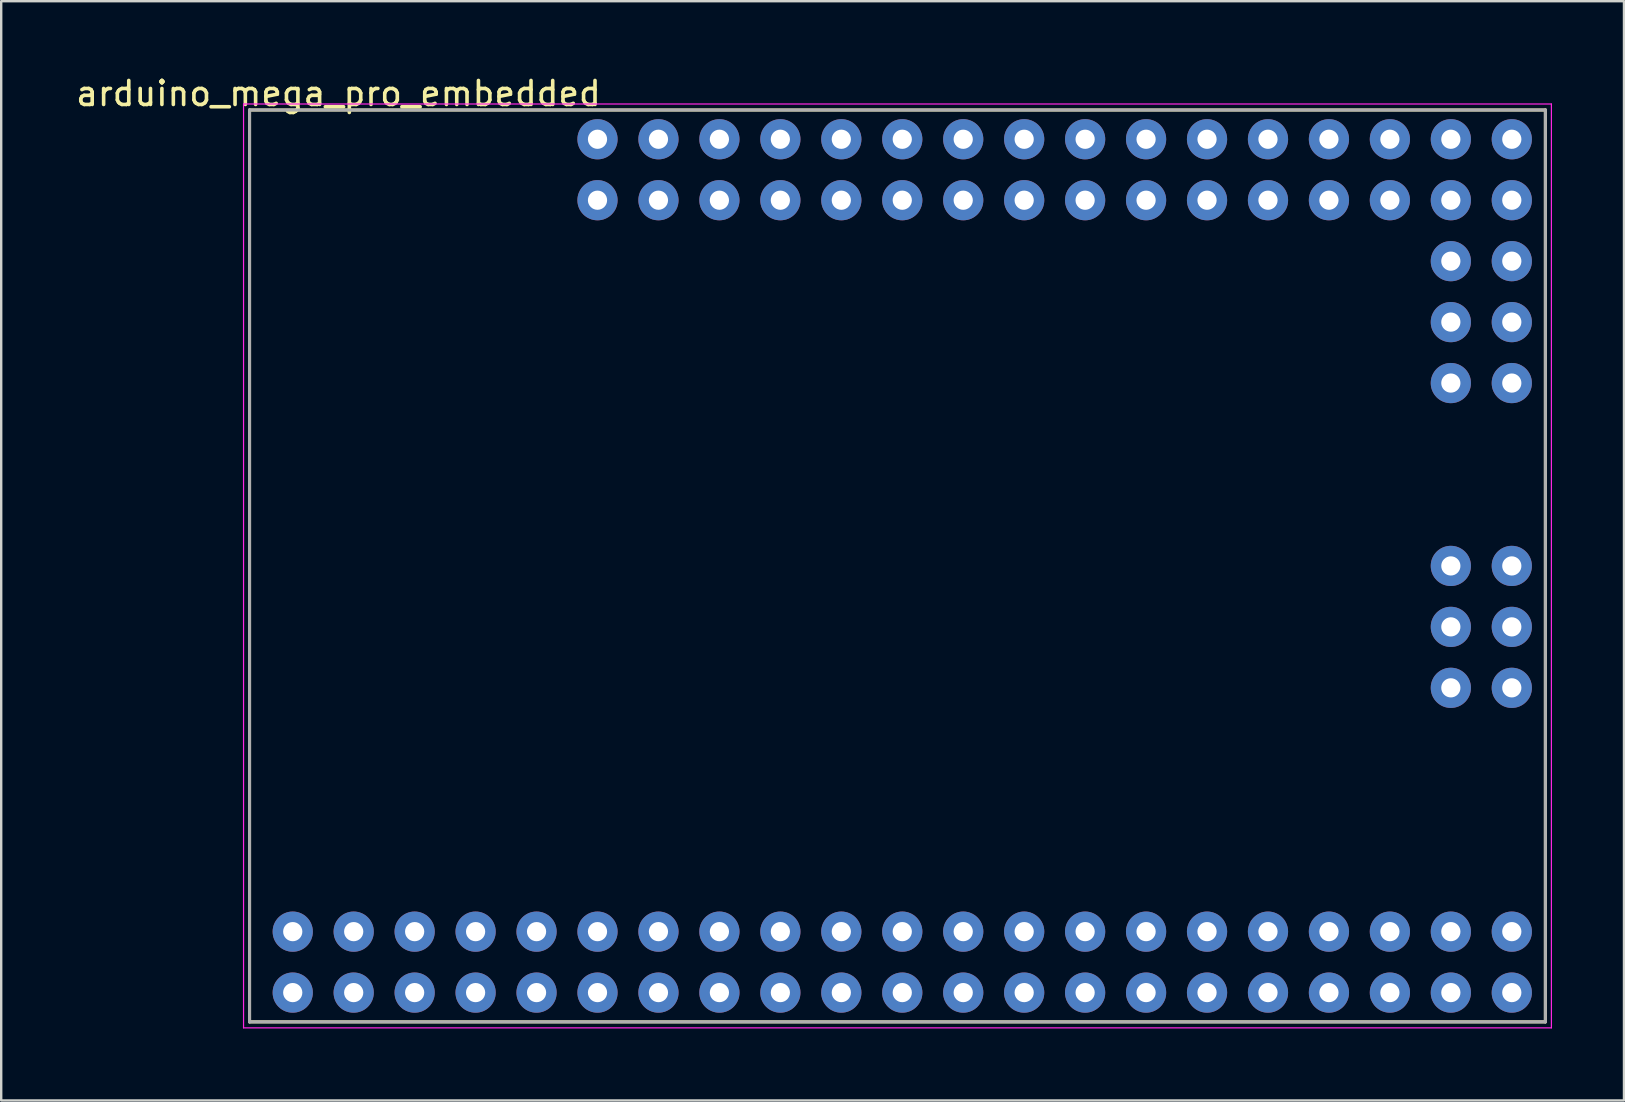
<source format=kicad_pcb>
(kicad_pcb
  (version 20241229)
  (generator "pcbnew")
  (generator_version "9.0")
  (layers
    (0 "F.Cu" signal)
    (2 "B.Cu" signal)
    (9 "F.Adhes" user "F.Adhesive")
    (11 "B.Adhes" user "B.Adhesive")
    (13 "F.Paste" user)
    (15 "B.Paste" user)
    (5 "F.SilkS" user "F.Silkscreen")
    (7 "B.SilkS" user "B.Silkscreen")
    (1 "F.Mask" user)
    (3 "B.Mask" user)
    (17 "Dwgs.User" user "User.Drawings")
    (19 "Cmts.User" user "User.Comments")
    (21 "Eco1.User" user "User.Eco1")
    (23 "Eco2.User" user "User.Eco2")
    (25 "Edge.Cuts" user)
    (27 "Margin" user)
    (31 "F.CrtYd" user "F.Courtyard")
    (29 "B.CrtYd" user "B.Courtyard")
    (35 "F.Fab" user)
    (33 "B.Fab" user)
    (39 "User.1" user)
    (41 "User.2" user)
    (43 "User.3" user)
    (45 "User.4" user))
  (footprint "arduino_mega_pro_embedded"
    (layer "F.Cu")
    (at 34.349 20.533)
    (property "Reference" "arduino_mega_pro_embedded" (at -23.295 -19.685 0) (layer "F.SilkS") (effects (font (size 1 1) (thickness 0.15))))
    (attr through_hole)
    (fp_line (start -27 -19) (end 27 -19) (stroke (width 0.127) (type solid)) (layer "F.SilkS"))
    (fp_line (start -27 19) (end -27 -19) (stroke (width 0.127) (type solid)) (layer "F.SilkS"))
    (fp_line (start -27 19) (end 27 19) (stroke (width 0.127) (type solid)) (layer "F.SilkS"))
    (fp_line (start 27 19) (end 27 -19) (stroke (width 0.127) (type solid)) (layer "F.SilkS"))
    (fp_line (start -27.25 -19.25) (end 27.25 -19.25) (stroke (width 0.05) (type solid)) (layer "F.CrtYd"))
    (fp_line (start -27.25 19.25) (end -27.25 -19.25) (stroke (width 0.05) (type solid)) (layer "F.CrtYd"))
    (fp_line (start 27.25 -19.25) (end 27.25 19.25) (stroke (width 0.05) (type solid)) (layer "F.CrtYd"))
    (fp_line (start 27.25 19.25) (end -27.25 19.25) (stroke (width 0.05) (type solid)) (layer "F.CrtYd"))
    (fp_line (start -27 -19) (end 27 -19) (stroke (width 0.127) (type solid)) (layer "F.Fab"))
    (fp_line (start -27 19) (end -27 -19) (stroke (width 0.127) (type solid)) (layer "F.Fab"))
    (fp_line (start -27 19) (end 27 19) (stroke (width 0.127) (type solid)) (layer "F.Fab"))
    (fp_line (start 27 19) (end 27 -19) (stroke (width 0.127) (type solid)) (layer "F.Fab"))
    (pad "3V3_1" thru_hole circle (at -17.58 17.78) (size 1.676 1.676) (drill 0.8) (layers "*.Cu" "*.Mask"))
    (pad "3V3_2" thru_hole circle (at -17.58 15.24) (size 1.676 1.676) (drill 0.8) (layers "*.Cu" "*.Mask"))
    (pad "5V_1" thru_hole circle (at -20.12 17.78) (size 1.676 1.676) (drill 0.8) (layers "*.Cu" "*.Mask"))
    (pad "5V_2" thru_hole circle (at -20.12 15.24) (size 1.676 1.676) (drill 0.8) (layers "*.Cu" "*.Mask"))
    (pad "5V_3" thru_hole circle (at 25.6 0) (size 1.676 1.676) (drill 0.8) (layers "*.Cu" "*.Mask"))
    (pad "A0" thru_hole circle (at -12.5 -17.78) (size 1.676 1.676) (drill 0.8) (layers "*.Cu" "*.Mask"))
    (pad "A1" thru_hole circle (at -12.5 -15.24) (size 1.676 1.676) (drill 0.8) (layers "*.Cu" "*.Mask"))
    (pad "A2" thru_hole circle (at -9.96 -17.78) (size 1.676 1.676) (drill 0.8) (layers "*.Cu" "*.Mask"))
    (pad "A3" thru_hole circle (at -9.96 -15.24) (size 1.676 1.676) (drill 0.8) (layers "*.Cu" "*.Mask"))
    (pad "A4" thru_hole circle (at -7.42 -17.78) (size 1.676 1.676) (drill 0.8) (layers "*.Cu" "*.Mask"))
    (pad "A5" thru_hole circle (at -7.42 -15.24) (size 1.676 1.676) (drill 0.8) (layers "*.Cu" "*.Mask"))
    (pad "A6" thru_hole circle (at -4.88 -17.78) (size 1.676 1.676) (drill 0.8) (layers "*.Cu" "*.Mask"))
    (pad "A7" thru_hole circle (at -4.88 -15.24) (size 1.676 1.676) (drill 0.8) (layers "*.Cu" "*.Mask"))
    (pad "A8" thru_hole circle (at -2.34 -17.78) (size 1.676 1.676) (drill 0.8) (layers "*.Cu" "*.Mask"))
    (pad "A9" thru_hole circle (at -2.34 -15.24) (size 1.676 1.676) (drill 0.8) (layers "*.Cu" "*.Mask"))
    (pad "A10" thru_hole circle (at 0.2 -17.78) (size 1.676 1.676) (drill 0.8) (layers "*.Cu" "*.Mask"))
    (pad "A11" thru_hole circle (at 0.2 -15.24) (size 1.676 1.676) (drill 0.8) (layers "*.Cu" "*.Mask"))
    (pad "A12" thru_hole circle (at 2.74 -17.78) (size 1.676 1.676) (drill 0.8) (layers "*.Cu" "*.Mask"))
    (pad "A13" thru_hole circle (at 2.74 -15.24) (size 1.676 1.676) (drill 0.8) (layers "*.Cu" "*.Mask"))
    (pad "A14" thru_hole circle (at 5.28 -17.78) (size 1.676 1.676) (drill 0.8) (layers "*.Cu" "*.Mask"))
    (pad "A15" thru_hole circle (at 5.28 -15.24) (size 1.676 1.676) (drill 0.8) (layers "*.Cu" "*.Mask"))
    (pad "AREF" thru_hole circle (at -15.04 15.24) (size 1.676 1.676) (drill 0.8) (layers "*.Cu" "*.Mask"))
    (pad "D2" thru_hole circle (at -9.96 15.24) (size 1.676 1.676) (drill 0.8) (layers "*.Cu" "*.Mask"))
    (pad "D3" thru_hole circle (at -9.96 17.78) (size 1.676 1.676) (drill 0.8) (layers "*.Cu" "*.Mask"))
    (pad "D4" thru_hole circle (at -7.42 15.24) (size 1.676 1.676) (drill 0.8) (layers "*.Cu" "*.Mask"))
    (pad "D5" thru_hole circle (at -7.42 17.78) (size 1.676 1.676) (drill 0.8) (layers "*.Cu" "*.Mask"))
    (pad "D6" thru_hole circle (at -4.88 15.24) (size 1.676 1.676) (drill 0.8) (layers "*.Cu" "*.Mask"))
    (pad "D7" thru_hole circle (at -4.88 17.78) (size 1.676 1.676) (drill 0.8) (layers "*.Cu" "*.Mask"))
    (pad "D8" thru_hole circle (at -2.34 15.24) (size 1.676 1.676) (drill 0.8) (layers "*.Cu" "*.Mask"))
    (pad "D9" thru_hole circle (at -2.34 17.78) (size 1.676 1.676) (drill 0.8) (layers "*.Cu" "*.Mask"))
    (pad "D10" thru_hole circle (at 0.2 15.24) (size 1.676 1.676) (drill 0.8) (layers "*.Cu" "*.Mask"))
    (pad "D11" thru_hole circle (at 0.2 17.78) (size 1.676 1.676) (drill 0.8) (layers "*.Cu" "*.Mask"))
    (pad "D12" thru_hole circle (at 2.74 15.24) (size 1.676 1.676) (drill 0.8) (layers "*.Cu" "*.Mask"))
    (pad "D13" thru_hole circle (at 2.74 17.78) (size 1.676 1.676) (drill 0.8) (layers "*.Cu" "*.Mask"))
    (pad "D14" thru_hole circle (at 5.28 15.24) (size 1.676 1.676) (drill 0.8) (layers "*.Cu" "*.Mask"))
    (pad "D15" thru_hole circle (at 5.28 17.78) (size 1.676 1.676) (drill 0.8) (layers "*.Cu" "*.Mask"))
    (pad "D16" thru_hole circle (at 7.82 15.24) (size 1.676 1.676) (drill 0.8) (layers "*.Cu" "*.Mask"))
    (pad "D17" thru_hole circle (at 7.82 17.78) (size 1.676 1.676) (drill 0.8) (layers "*.Cu" "*.Mask"))
    (pad "D18" thru_hole circle (at 10.36 15.24) (size 1.676 1.676) (drill 0.8) (layers "*.Cu" "*.Mask"))
    (pad "D19" thru_hole circle (at 10.36 17.78) (size 1.676 1.676) (drill 0.8) (layers "*.Cu" "*.Mask"))
    (pad "D20" thru_hole circle (at 12.9 15.24) (size 1.676 1.676) (drill 0.8) (layers "*.Cu" "*.Mask"))
    (pad "D21" thru_hole circle (at 12.9 17.78) (size 1.676 1.676) (drill 0.8) (layers "*.Cu" "*.Mask"))
    (pad "D22" thru_hole circle (at 15.44 15.24) (size 1.676 1.676) (drill 0.8) (layers "*.Cu" "*.Mask"))
    (pad "D23" thru_hole circle (at 15.44 17.78) (size 1.676 1.676) (drill 0.8) (layers "*.Cu" "*.Mask"))
    (pad "D24" thru_hole circle (at 17.98 15.24) (size 1.676 1.676) (drill 0.8) (layers "*.Cu" "*.Mask"))
    (pad "D25" thru_hole circle (at 17.98 17.78) (size 1.676 1.676) (drill 0.8) (layers "*.Cu" "*.Mask"))
    (pad "D26" thru_hole circle (at 20.52 15.24) (size 1.676 1.676) (drill 0.8) (layers "*.Cu" "*.Mask"))
    (pad "D27" thru_hole circle (at 20.52 17.78) (size 1.676 1.676) (drill 0.8) (layers "*.Cu" "*.Mask"))
    (pad "D28" thru_hole circle (at 23.06 15.24) (size 1.676 1.676) (drill 0.8) (layers "*.Cu" "*.Mask"))
    (pad "D29" thru_hole circle (at 23.06 17.78) (size 1.676 1.676) (drill 0.8) (layers "*.Cu" "*.Mask"))
    (pad "D30" thru_hole circle (at 25.6 15.24) (size 1.676 1.676) (drill 0.8) (layers "*.Cu" "*.Mask"))
    (pad "D31" thru_hole circle (at 25.6 17.78) (size 1.676 1.676) (drill 0.8) (layers "*.Cu" "*.Mask"))
    (pad "D32" thru_hole circle (at 7.82 -17.78) (size 1.676 1.676) (drill 0.8) (layers "*.Cu" "*.Mask"))
    (pad "D33" thru_hole circle (at 7.82 -15.24) (size 1.676 1.676) (drill 0.8) (layers "*.Cu" "*.Mask"))
    (pad "D34" thru_hole circle (at 10.36 -17.78) (size 1.676 1.676) (drill 0.8) (layers "*.Cu" "*.Mask"))
    (pad "D35" thru_hole circle (at 10.36 -15.24) (size 1.676 1.676) (drill 0.8) (layers "*.Cu" "*.Mask"))
    (pad "D36" thru_hole circle (at 12.9 -17.78) (size 1.676 1.676) (drill 0.8) (layers "*.Cu" "*.Mask"))
    (pad "D37" thru_hole circle (at 12.9 -15.24) (size 1.676 1.676) (drill 0.8) (layers "*.Cu" "*.Mask"))
    (pad "D38" thru_hole circle (at 15.44 -17.78) (size 1.676 1.676) (drill 0.8) (layers "*.Cu" "*.Mask"))
    (pad "D39" thru_hole circle (at 15.44 -15.24) (size 1.676 1.676) (drill 0.8) (layers "*.Cu" "*.Mask"))
    (pad "D40" thru_hole circle (at 17.98 -17.78) (size 1.676 1.676) (drill 0.8) (layers "*.Cu" "*.Mask"))
    (pad "D41" thru_hole circle (at 17.98 -15.24) (size 1.676 1.676) (drill 0.8) (layers "*.Cu" "*.Mask"))
    (pad "D42" thru_hole circle (at 20.52 -17.78) (size 1.676 1.676) (drill 0.8) (layers "*.Cu" "*.Mask"))
    (pad "D43" thru_hole circle (at 20.52 -15.24) (size 1.676 1.676) (drill 0.8) (layers "*.Cu" "*.Mask"))
    (pad "D44" thru_hole circle (at 23.06 -17.78) (size 1.676 1.676) (drill 0.8) (layers "*.Cu" "*.Mask"))
    (pad "D45" thru_hole circle (at 23.06 -15.24) (size 1.676 1.676) (drill 0.8) (layers "*.Cu" "*.Mask"))
    (pad "D46" thru_hole circle (at 25.6 -17.78) (size 1.676 1.676) (drill 0.8) (layers "*.Cu" "*.Mask"))
    (pad "D47" thru_hole circle (at 25.6 -15.24) (size 1.676 1.676) (drill 0.8) (layers "*.Cu" "*.Mask"))
    (pad "D48" thru_hole circle (at 25.6 -12.7) (size 1.676 1.676) (drill 0.8) (layers "*.Cu" "*.Mask"))
    (pad "D49" thru_hole circle (at 23.06 -12.7) (size 1.676 1.676) (drill 0.8) (layers "*.Cu" "*.Mask"))
    (pad "D50" thru_hole circle (at 25.6 -10.16) (size 1.676 1.676) (drill 0.8) (layers "*.Cu" "*.Mask"))
    (pad "D51" thru_hole circle (at 23.06 -10.16) (size 1.676 1.676) (drill 0.8) (layers "*.Cu" "*.Mask"))
    (pad "D52" thru_hole circle (at 25.6 -7.62) (size 1.676 1.676) (drill 0.8) (layers "*.Cu" "*.Mask"))
    (pad "D53" thru_hole circle (at 23.06 -7.62) (size 1.676 1.676) (drill 0.8) (layers "*.Cu" "*.Mask"))
    (pad "GND_1" thru_hole circle (at -22.66 17.78) (size 1.676 1.676) (drill 0.8) (layers "*.Cu" "*.Mask"))
    (pad "GND_2" thru_hole circle (at -22.66 15.24) (size 1.676 1.676) (drill 0.8) (layers "*.Cu" "*.Mask"))
    (pad "GND_3" thru_hole circle (at 25.6 5.08) (size 1.676 1.676) (drill 0.8) (layers "*.Cu" "*.Mask"))
    (pad "MISO" thru_hole circle (at 23.06 0) (size 1.676 1.676) (drill 0.8) (layers "*.Cu" "*.Mask"))
    (pad "MOSI" thru_hole circle (at 25.6 2.54) (size 1.676 1.676) (drill 0.8) (layers "*.Cu" "*.Mask"))
    (pad "RESET" thru_hole circle (at 23.06 5.08) (size 1.676 1.676) (drill 0.8) (layers "*.Cu" "*.Mask"))
    (pad "RST" thru_hole circle (at -15.04 17.78) (size 1.676 1.676) (drill 0.8) (layers "*.Cu" "*.Mask"))
    (pad "RX" thru_hole circle (at -12.5 15.24) (size 1.676 1.676) (drill 0.8) (layers "*.Cu" "*.Mask"))
    (pad "SCK" thru_hole circle (at 23.06 2.54) (size 1.676 1.676) (drill 0.8) (layers "*.Cu" "*.Mask"))
    (pad "TX" thru_hole circle (at -12.5 17.78) (size 1.676 1.676) (drill 0.8) (layers "*.Cu" "*.Mask"))
    (pad "VIN_1" thru_hole circle (at -25.2 17.78) (size 1.676 1.676) (drill 0.8) (layers "*.Cu" "*.Mask"))
    (pad "VIN_2" thru_hole circle (at -25.2 15.24) (size 1.676 1.676) (drill 0.8) (layers "*.Cu" "*.Mask")))
  (gr_rect
    (start -3 -3)
    (end 64.624 42.808)
    (stroke (width 0.1) (type default))
    (fill no)
    (layer "Edge.Cuts")))
</source>
